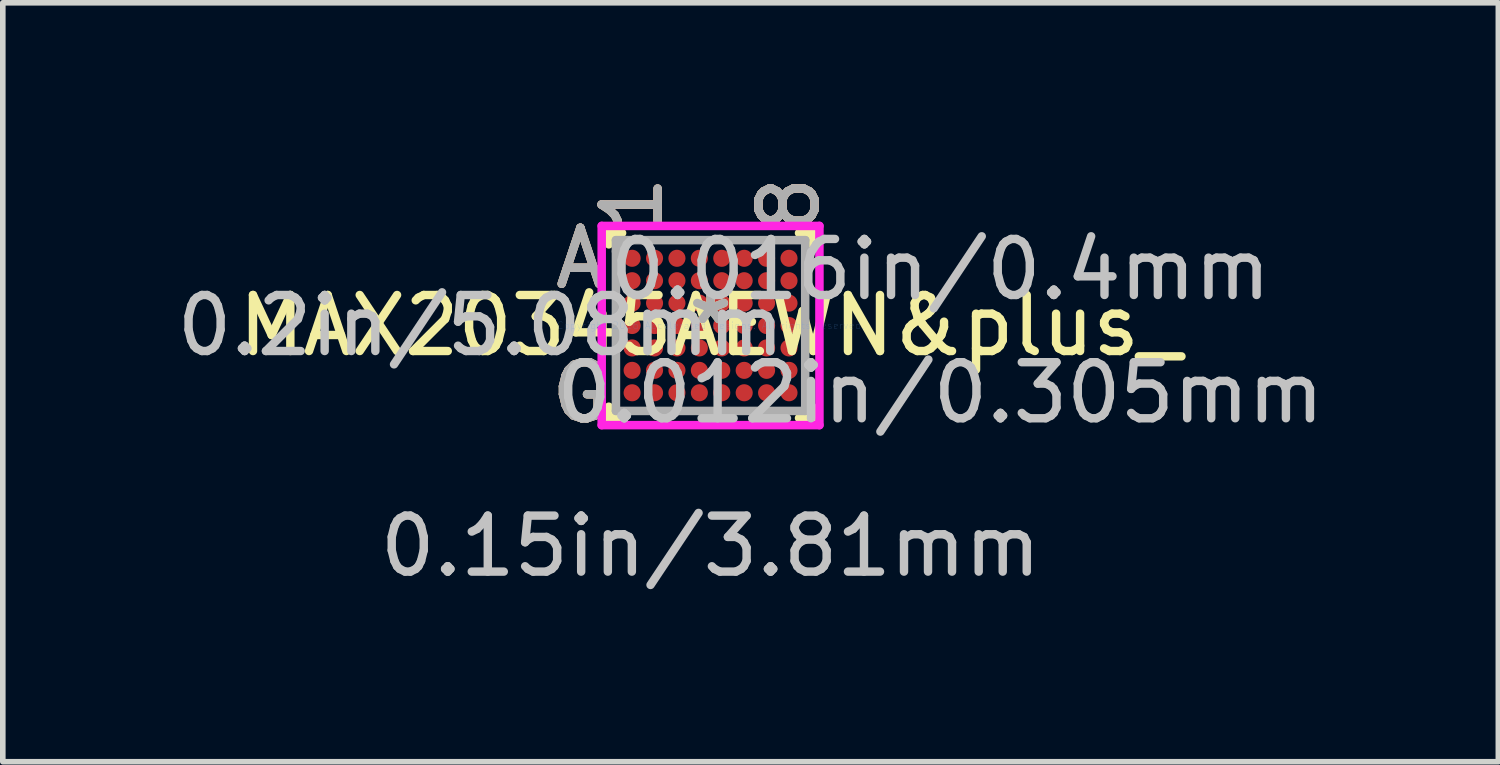
<source format=kicad_pcb>
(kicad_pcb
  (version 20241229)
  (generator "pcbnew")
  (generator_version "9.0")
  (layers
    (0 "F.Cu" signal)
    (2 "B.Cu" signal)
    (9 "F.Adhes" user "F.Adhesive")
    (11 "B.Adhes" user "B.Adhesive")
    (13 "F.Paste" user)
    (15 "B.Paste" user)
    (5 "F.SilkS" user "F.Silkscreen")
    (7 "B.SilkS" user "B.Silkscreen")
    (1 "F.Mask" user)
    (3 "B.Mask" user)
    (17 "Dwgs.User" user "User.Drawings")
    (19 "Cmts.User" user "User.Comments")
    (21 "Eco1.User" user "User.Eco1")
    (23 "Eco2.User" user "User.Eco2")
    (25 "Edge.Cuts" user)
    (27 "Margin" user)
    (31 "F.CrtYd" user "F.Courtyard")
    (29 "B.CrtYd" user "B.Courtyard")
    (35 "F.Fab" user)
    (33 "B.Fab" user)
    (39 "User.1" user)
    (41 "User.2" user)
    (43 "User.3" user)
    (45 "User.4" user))
  (footprint "MAX20345AEWN&plus_"
    (layer "F.Cu")
    (at 9.632 2.76)
    (property "Reference" "MAX20345AEWN&plus_" (at 0 0 0) (layer "F.SilkS") (effects (font (size 1 1) (thickness 0.15))))
    (attr through_hole)
    (fp_line (start -1.816 -1.651) (end -1.816 -1.449) (stroke (width 0.152) (type solid)) (layer "F.SilkS"))
    (fp_line (start -1.816 1.449) (end -1.816 1.651) (stroke (width 0.152) (type solid)) (layer "F.SilkS"))
    (fp_line (start -1.816 1.651) (end -1.579 1.651) (stroke (width 0.152) (type solid)) (layer "F.SilkS"))
    (fp_line (start -1.579 -1.651) (end -1.816 -1.651) (stroke (width 0.152) (type solid)) (layer "F.SilkS"))
    (fp_line (start 1.579 1.651) (end 1.816 1.651) (stroke (width 0.152) (type solid)) (layer "F.SilkS"))
    (fp_line (start 1.816 -1.651) (end 1.579 -1.651) (stroke (width 0.152) (type solid)) (layer "F.SilkS"))
    (fp_line (start 1.816 -1.449) (end 1.816 -1.651) (stroke (width 0.152) (type solid)) (layer "F.SilkS"))
    (fp_line (start 1.816 1.651) (end 1.816 1.449) (stroke (width 0.152) (type solid)) (layer "F.SilkS"))
    (fp_line (start -1.943 -1.778) (end 1.943 -1.778) (stroke (width 0.152) (type solid)) (layer "F.CrtYd"))
    (fp_line (start -1.943 1.778) (end -1.943 -1.778) (stroke (width 0.152) (type solid)) (layer "F.CrtYd"))
    (fp_line (start 1.943 -1.778) (end 1.943 1.778) (stroke (width 0.152) (type solid)) (layer "F.CrtYd"))
    (fp_line (start 1.943 1.778) (end -1.943 1.778) (stroke (width 0.152) (type solid)) (layer "F.CrtYd"))
    (fp_line (start -1.689 -1.524) (end -1.689 1.524) (stroke (width 0.152) (type solid)) (layer "F.Fab"))
    (fp_line (start -1.689 1.524) (end 1.689 1.524) (stroke (width 0.152) (type solid)) (layer "F.Fab"))
    (fp_line (start -1.489 -1.524) (end -1.689 -1.324) (stroke (width 0.152) (type solid)) (layer "F.Fab"))
    (fp_line (start 1.689 -1.524) (end -1.689 -1.524) (stroke (width 0.152) (type solid)) (layer "F.Fab"))
    (fp_line (start 1.689 1.524) (end 1.689 -1.524) (stroke (width 0.152) (type solid)) (layer "F.Fab"))
    (fp_text user "8" (at 1.4 -2.159 90) (layer "F.SilkS") (effects (font (size 1 1) (thickness 0.15))))
    (fp_text user "G" (at -2.324 1.2 0) (layer "F.SilkS") (effects (font (size 1 1) (thickness 0.15))))
    (fp_text user "1" (at -1.4 -2.159 90) (layer "F.SilkS") (effects (font (size 1 1) (thickness 0.15))))
    (fp_text user "*" (at 0 0 0) (layer "F.SilkS") (effects (font (size 1 1) (thickness 0.15))))
    (fp_text user "A" (at -2.324 -1.2 0) (layer "F.SilkS") (effects (font (size 1 1) (thickness 0.15))))
    (fp_text user "1" (at -1.4 -2.159 90) (layer "B.SilkS") (effects (font (size 1 1) (thickness 0.15))))
    (fp_text user "A" (at -2.324 -1.2 0) (layer "B.SilkS") (effects (font (size 1 1) (thickness 0.15))))
    (fp_text user "8" (at 1.4 -2.159 90) (layer "B.SilkS") (effects (font (size 1 1) (thickness 0.15))))
    (fp_text user "G" (at -2.324 1.2 0) (layer "B.SilkS") (effects (font (size 1 1) (thickness 0.15))))
    (fp_text user "0.2in/5.08mm" (at -4.102 0 0) (layer "Dwgs.User") (effects (font (size 1 1) (thickness 0.15))))
    (fp_text user "0.15in/3.81mm" (at 0 3.937 0) (layer "Dwgs.User") (effects (font (size 1 1) (thickness 0.15))))
    (fp_text user "0.012in/0.305mm" (at 4.102 1.2 0) (layer "Dwgs.User") (effects (font (size 1 1) (thickness 0.15))))
    (fp_text user "0.016in/0.4mm" (at 4.102 -1 0) (layer "Dwgs.User") (effects (font (size 1 1) (thickness 0.15))))
    (fp_text user "Copyright 2016 Accelerated Designs. All rights reserved." (at 0 0 0) (layer "Cmts.User") (effects (font (size 0.127 0.127) (thickness 0.002))))
    (fp_text user "G" (at -2.324 1.2 0) (layer "F.Fab") (effects (font (size 1 1) (thickness 0.15))))
    (fp_text user "1" (at -1.4 -2.159 90) (layer "F.Fab") (effects (font (size 1 1) (thickness 0.15))))
    (fp_text user "8" (at 1.4 -2.159 90) (layer "F.Fab") (effects (font (size 1 1) (thickness 0.15))))
    (fp_text user "A" (at -2.324 -1.2 0) (layer "F.Fab") (effects (font (size 1 1) (thickness 0.15))))
    (fp_text user "*" (at 0 0 0) (layer "F.Fab") (effects (font (size 1 1) (thickness 0.15))))
    (pad "A1" smd circle (at -1.4 -1.2) (size 0.305 0.305) (layers "F.Cu" "F.Mask" "F.Paste"))
    (pad "A2" smd circle (at -1 -1.2) (size 0.305 0.305) (layers "F.Cu" "F.Mask" "F.Paste"))
    (pad "A3" smd circle (at -0.6 -1.2) (size 0.305 0.305) (layers "F.Cu" "F.Mask" "F.Paste"))
    (pad "A4" smd circle (at -0.2 -1.2) (size 0.305 0.305) (layers "F.Cu" "F.Mask" "F.Paste"))
    (pad "A5" smd circle (at 0.2 -1.2) (size 0.305 0.305) (layers "F.Cu" "F.Mask" "F.Paste"))
    (pad "A6" smd circle (at 0.6 -1.2) (size 0.305 0.305) (layers "F.Cu" "F.Mask" "F.Paste"))
    (pad "A7" smd circle (at 1 -1.2) (size 0.305 0.305) (layers "F.Cu" "F.Mask" "F.Paste"))
    (pad "A8" smd circle (at 1.4 -1.2) (size 0.305 0.305) (layers "F.Cu" "F.Mask" "F.Paste"))
    (pad "B1" smd circle (at -1.4 -0.8) (size 0.305 0.305) (layers "F.Cu" "F.Mask" "F.Paste"))
    (pad "B2" smd circle (at -1 -0.8) (size 0.305 0.305) (layers "F.Cu" "F.Mask" "F.Paste"))
    (pad "B3" smd circle (at -0.6 -0.8) (size 0.305 0.305) (layers "F.Cu" "F.Mask" "F.Paste"))
    (pad "B4" smd circle (at -0.2 -0.8) (size 0.305 0.305) (layers "F.Cu" "F.Mask" "F.Paste"))
    (pad "B5" smd circle (at 0.2 -0.8) (size 0.305 0.305) (layers "F.Cu" "F.Mask" "F.Paste"))
    (pad "B6" smd circle (at 0.6 -0.8) (size 0.305 0.305) (layers "F.Cu" "F.Mask" "F.Paste"))
    (pad "B7" smd circle (at 1 -0.8) (size 0.305 0.305) (layers "F.Cu" "F.Mask" "F.Paste"))
    (pad "B8" smd circle (at 1.4 -0.8) (size 0.305 0.305) (layers "F.Cu" "F.Mask" "F.Paste"))
    (pad "C1" smd circle (at -1.4 -0.4) (size 0.305 0.305) (layers "F.Cu" "F.Mask" "F.Paste"))
    (pad "C2" smd circle (at -1 -0.4) (size 0.305 0.305) (layers "F.Cu" "F.Mask" "F.Paste"))
    (pad "C3" smd circle (at -0.6 -0.4) (size 0.305 0.305) (layers "F.Cu" "F.Mask" "F.Paste"))
    (pad "C4" smd circle (at -0.2 -0.4) (size 0.305 0.305) (layers "F.Cu" "F.Mask" "F.Paste"))
    (pad "C5" smd circle (at 0.2 -0.4) (size 0.305 0.305) (layers "F.Cu" "F.Mask" "F.Paste"))
    (pad "C6" smd circle (at 0.6 -0.4) (size 0.305 0.305) (layers "F.Cu" "F.Mask" "F.Paste"))
    (pad "C7" smd circle (at 1 -0.4) (size 0.305 0.305) (layers "F.Cu" "F.Mask" "F.Paste"))
    (pad "C8" smd circle (at 1.4 -0.4) (size 0.305 0.305) (layers "F.Cu" "F.Mask" "F.Paste"))
    (pad "D1" smd circle (at -1.4 0) (size 0.305 0.305) (layers "F.Cu" "F.Mask" "F.Paste"))
    (pad "D2" smd circle (at -1 0) (size 0.305 0.305) (layers "F.Cu" "F.Mask" "F.Paste"))
    (pad "D3" smd circle (at -0.6 0) (size 0.305 0.305) (layers "F.Cu" "F.Mask" "F.Paste"))
    (pad "D4" smd circle (at -0.2 0) (size 0.305 0.305) (layers "F.Cu" "F.Mask" "F.Paste"))
    (pad "D5" smd circle (at 0.2 0) (size 0.305 0.305) (layers "F.Cu" "F.Mask" "F.Paste"))
    (pad "D6" smd circle (at 0.6 0) (size 0.305 0.305) (layers "F.Cu" "F.Mask" "F.Paste"))
    (pad "D7" smd circle (at 1 0) (size 0.305 0.305) (layers "F.Cu" "F.Mask" "F.Paste"))
    (pad "D8" smd circle (at 1.4 0) (size 0.305 0.305) (layers "F.Cu" "F.Mask" "F.Paste"))
    (pad "E1" smd circle (at -1.4 0.4) (size 0.305 0.305) (layers "F.Cu" "F.Mask" "F.Paste"))
    (pad "E2" smd circle (at -1 0.4) (size 0.305 0.305) (layers "F.Cu" "F.Mask" "F.Paste"))
    (pad "E3" smd circle (at -0.6 0.4) (size 0.305 0.305) (layers "F.Cu" "F.Mask" "F.Paste"))
    (pad "E4" smd circle (at -0.2 0.4) (size 0.305 0.305) (layers "F.Cu" "F.Mask" "F.Paste"))
    (pad "E5" smd circle (at 0.2 0.4) (size 0.305 0.305) (layers "F.Cu" "F.Mask" "F.Paste"))
    (pad "E6" smd circle (at 0.6 0.4) (size 0.305 0.305) (layers "F.Cu" "F.Mask" "F.Paste"))
    (pad "E7" smd circle (at 1 0.4) (size 0.305 0.305) (layers "F.Cu" "F.Mask" "F.Paste"))
    (pad "E8" smd circle (at 1.4 0.4) (size 0.305 0.305) (layers "F.Cu" "F.Mask" "F.Paste"))
    (pad "F1" smd circle (at -1.4 0.8) (size 0.305 0.305) (layers "F.Cu" "F.Mask" "F.Paste"))
    (pad "F2" smd circle (at -1 0.8) (size 0.305 0.305) (layers "F.Cu" "F.Mask" "F.Paste"))
    (pad "F3" smd circle (at -0.6 0.8) (size 0.305 0.305) (layers "F.Cu" "F.Mask" "F.Paste"))
    (pad "F4" smd circle (at -0.2 0.8) (size 0.305 0.305) (layers "F.Cu" "F.Mask" "F.Paste"))
    (pad "F5" smd circle (at 0.2 0.8) (size 0.305 0.305) (layers "F.Cu" "F.Mask" "F.Paste"))
    (pad "F6" smd circle (at 0.6 0.8) (size 0.305 0.305) (layers "F.Cu" "F.Mask" "F.Paste"))
    (pad "F7" smd circle (at 1 0.8) (size 0.305 0.305) (layers "F.Cu" "F.Mask" "F.Paste"))
    (pad "F8" smd circle (at 1.4 0.8) (size 0.305 0.305) (layers "F.Cu" "F.Mask" "F.Paste"))
    (pad "G1" smd circle (at -1.4 1.2) (size 0.305 0.305) (layers "F.Cu" "F.Mask" "F.Paste"))
    (pad "G2" smd circle (at -1 1.2) (size 0.305 0.305) (layers "F.Cu" "F.Mask" "F.Paste"))
    (pad "G3" smd circle (at -0.6 1.2) (size 0.305 0.305) (layers "F.Cu" "F.Mask" "F.Paste"))
    (pad "G4" smd circle (at -0.2 1.2) (size 0.305 0.305) (layers "F.Cu" "F.Mask" "F.Paste"))
    (pad "G5" smd circle (at 0.2 1.2) (size 0.305 0.305) (layers "F.Cu" "F.Mask" "F.Paste"))
    (pad "G6" smd circle (at 0.6 1.2) (size 0.305 0.305) (layers "F.Cu" "F.Mask" "F.Paste"))
    (pad "G7" smd circle (at 1 1.2) (size 0.305 0.305) (layers "F.Cu" "F.Mask" "F.Paste"))
    (pad "G8" smd circle (at 1.4 1.2) (size 0.305 0.305) (layers "F.Cu" "F.Mask" "F.Paste")))
  (gr_rect
    (start -3 -3)
    (end 23.692 10.545)
    (stroke (width 0.1) (type default))
    (fill no)
    (layer "Edge.Cuts")))
</source>
